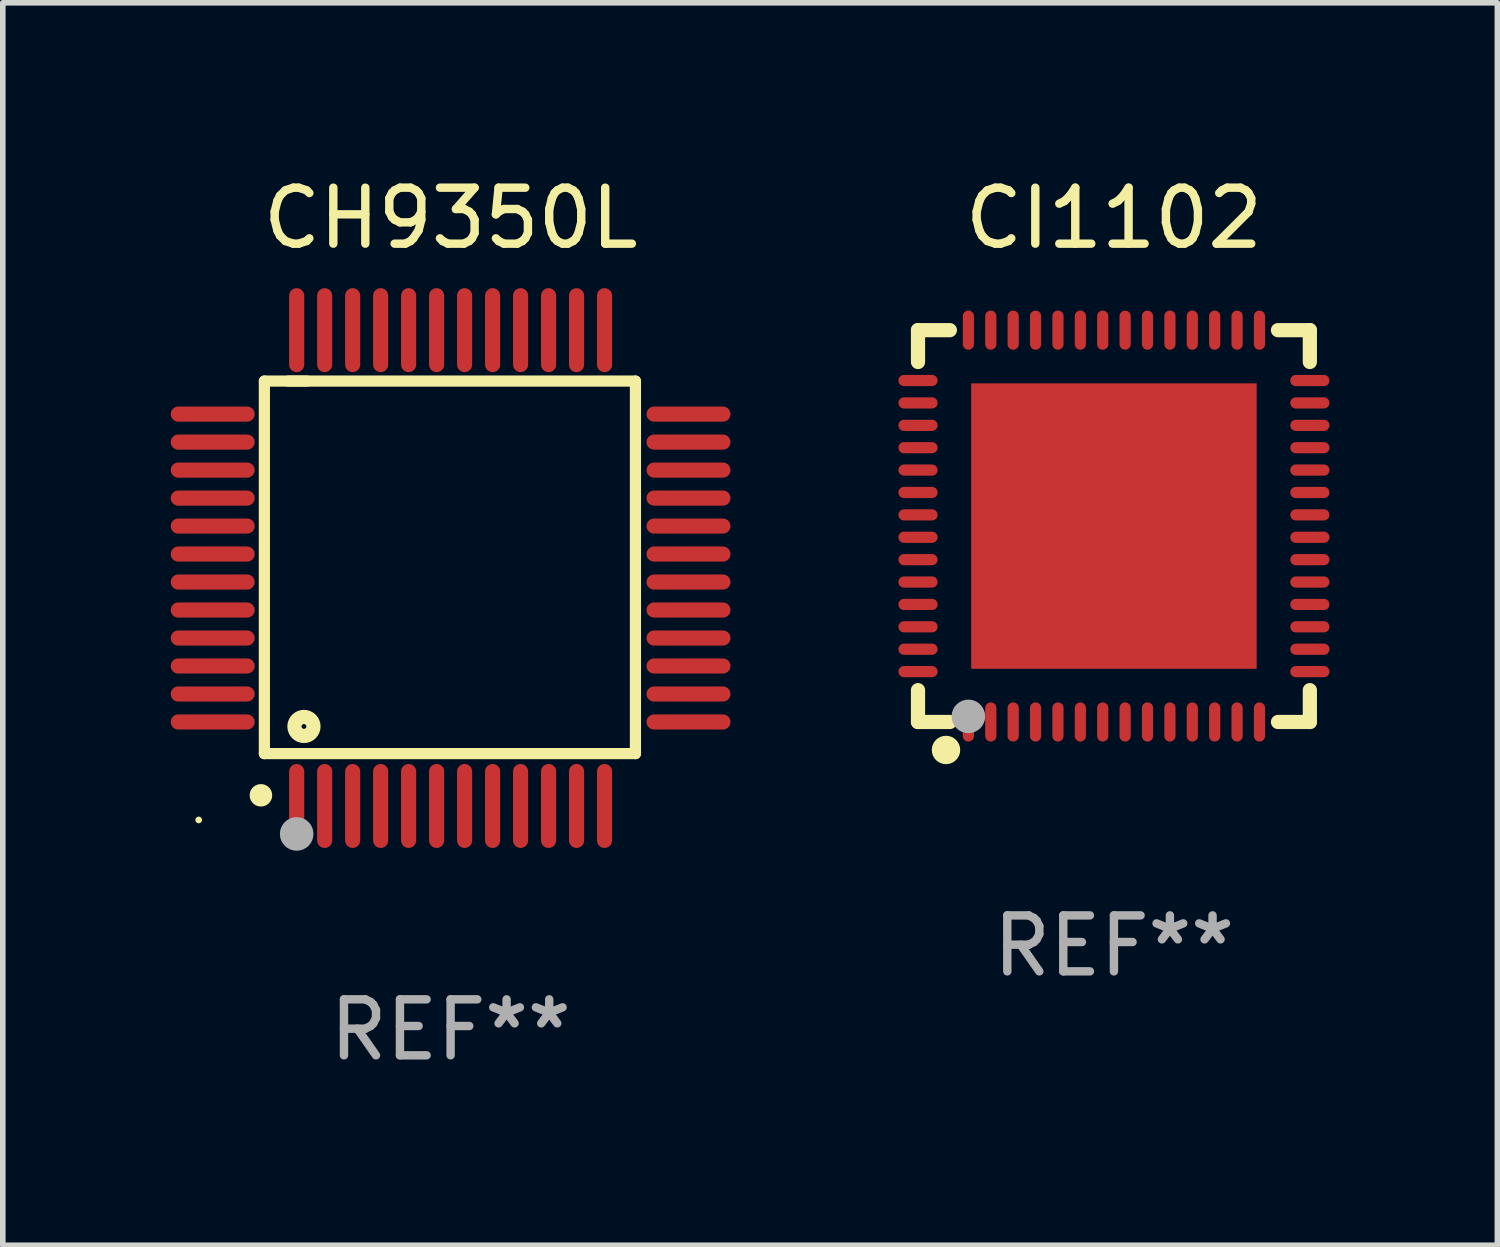
<source format=kicad_pcb>
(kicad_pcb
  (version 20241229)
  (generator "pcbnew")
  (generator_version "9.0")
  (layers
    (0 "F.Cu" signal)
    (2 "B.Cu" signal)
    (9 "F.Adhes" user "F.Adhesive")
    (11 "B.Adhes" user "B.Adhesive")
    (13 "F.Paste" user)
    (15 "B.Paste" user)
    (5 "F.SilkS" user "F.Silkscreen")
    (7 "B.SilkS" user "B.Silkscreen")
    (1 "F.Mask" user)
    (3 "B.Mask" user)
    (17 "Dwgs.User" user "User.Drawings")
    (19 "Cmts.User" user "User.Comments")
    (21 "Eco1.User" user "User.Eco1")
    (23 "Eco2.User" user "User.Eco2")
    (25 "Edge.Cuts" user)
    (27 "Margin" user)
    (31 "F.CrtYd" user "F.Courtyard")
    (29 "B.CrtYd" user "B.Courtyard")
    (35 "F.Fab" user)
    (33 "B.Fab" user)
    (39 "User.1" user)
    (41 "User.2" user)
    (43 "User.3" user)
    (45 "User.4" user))
  (footprint "CI1102"
    (layer "F.Cu")
    (at 16.85 6.348)
    (property "Reference" "CI1102" (at 0 -5.5 0) (layer "F.SilkS") (effects (font (size 1 1) (thickness 0.15))))
    (attr through_hole)
    (fp_line (start -3.5 -3.5) (end -2.931 -3.5) (stroke (width 0.254) (type solid)) (layer "F.SilkS"))
    (fp_line (start -3.5 -2.931) (end -3.5 -3.5) (stroke (width 0.254) (type solid)) (layer "F.SilkS"))
    (fp_line (start -3.5 3.5) (end -3.5 2.931) (stroke (width 0.254) (type solid)) (layer "F.SilkS"))
    (fp_line (start -2.931 3.5) (end -3.5 3.5) (stroke (width 0.254) (type solid)) (layer "F.SilkS"))
    (fp_line (start 2.931 -3.5) (end 3.5 -3.5) (stroke (width 0.254) (type solid)) (layer "F.SilkS"))
    (fp_line (start 3.5 -3.5) (end 3.5 -2.931) (stroke (width 0.254) (type solid)) (layer "F.SilkS"))
    (fp_line (start 3.5 2.931) (end 3.5 3.5) (stroke (width 0.254) (type solid)) (layer "F.SilkS"))
    (fp_line (start 3.5 3.5) (end 2.931 3.5) (stroke (width 0.254) (type solid)) (layer "F.SilkS"))
    (fp_circle (center -3.5 3.5) (end -3.47 3.5) (stroke (width 0.06) (type solid)) (fill no) (layer "F.SilkS"))
    (fp_circle (center -3 4) (end -2.873 4) (stroke (width 0.254) (type solid)) (fill no) (layer "F.SilkS"))
    (fp_circle (center -2.6 3.4) (end -2.45 3.4) (stroke (width 0.3) (type solid)) (fill no) (layer "F.Fab"))
    (fp_text user "REF**" (at 0 7.5 0) (layer "F.Fab") (effects (font (size 1 1) (thickness 0.15))))
    (pad "1" smd oval (at -2.6 3.5 180) (size 0.2 0.7) (layers "F.Cu" "F.Mask" "F.Paste"))
    (pad "2" smd oval (at -2.2 3.5 180) (size 0.2 0.7) (layers "F.Cu" "F.Mask" "F.Paste"))
    (pad "3" smd oval (at -1.8 3.5 180) (size 0.2 0.7) (layers "F.Cu" "F.Mask" "F.Paste"))
    (pad "4" smd oval (at -1.4 3.5 180) (size 0.2 0.7) (layers "F.Cu" "F.Mask" "F.Paste"))
    (pad "5" smd oval (at -1 3.5 180) (size 0.2 0.7) (layers "F.Cu" "F.Mask" "F.Paste"))
    (pad "6" smd oval (at -0.6 3.5 180) (size 0.2 0.7) (layers "F.Cu" "F.Mask" "F.Paste"))
    (pad "7" smd oval (at -0.2 3.5 180) (size 0.2 0.7) (layers "F.Cu" "F.Mask" "F.Paste"))
    (pad "8" smd oval (at 0.2 3.5 180) (size 0.2 0.7) (layers "F.Cu" "F.Mask" "F.Paste"))
    (pad "9" smd oval (at 0.6 3.5 180) (size 0.2 0.7) (layers "F.Cu" "F.Mask" "F.Paste"))
    (pad "10" smd oval (at 1 3.5 180) (size 0.2 0.7) (layers "F.Cu" "F.Mask" "F.Paste"))
    (pad "11" smd oval (at 1.4 3.5 180) (size 0.2 0.7) (layers "F.Cu" "F.Mask" "F.Paste"))
    (pad "12" smd oval (at 1.8 3.5 180) (size 0.2 0.7) (layers "F.Cu" "F.Mask" "F.Paste"))
    (pad "13" smd oval (at 2.2 3.5 180) (size 0.2 0.7) (layers "F.Cu" "F.Mask" "F.Paste"))
    (pad "14" smd oval (at 2.6 3.5 180) (size 0.2 0.7) (layers "F.Cu" "F.Mask" "F.Paste"))
    (pad "15" smd oval (at 3.5 2.6 90) (size 0.2 0.7) (layers "F.Cu" "F.Mask" "F.Paste"))
    (pad "16" smd oval (at 3.5 2.2 90) (size 0.2 0.7) (layers "F.Cu" "F.Mask" "F.Paste"))
    (pad "17" smd oval (at 3.5 1.8 90) (size 0.2 0.7) (layers "F.Cu" "F.Mask" "F.Paste"))
    (pad "18" smd oval (at 3.5 1.4 90) (size 0.2 0.7) (layers "F.Cu" "F.Mask" "F.Paste"))
    (pad "19" smd oval (at 3.5 1 90) (size 0.2 0.7) (layers "F.Cu" "F.Mask" "F.Paste"))
    (pad "20" smd oval (at 3.5 0.6 90) (size 0.2 0.7) (layers "F.Cu" "F.Mask" "F.Paste"))
    (pad "21" smd oval (at 3.5 0.2 90) (size 0.2 0.7) (layers "F.Cu" "F.Mask" "F.Paste"))
    (pad "22" smd oval (at 3.5 -0.2 90) (size 0.2 0.7) (layers "F.Cu" "F.Mask" "F.Paste"))
    (pad "23" smd oval (at 3.5 -0.6 90) (size 0.2 0.7) (layers "F.Cu" "F.Mask" "F.Paste"))
    (pad "24" smd oval (at 3.5 -1 90) (size 0.2 0.7) (layers "F.Cu" "F.Mask" "F.Paste"))
    (pad "25" smd oval (at 3.5 -1.4 90) (size 0.2 0.7) (layers "F.Cu" "F.Mask" "F.Paste"))
    (pad "26" smd oval (at 3.5 -1.8 90) (size 0.2 0.7) (layers "F.Cu" "F.Mask" "F.Paste"))
    (pad "27" smd oval (at 3.5 -2.2 90) (size 0.2 0.7) (layers "F.Cu" "F.Mask" "F.Paste"))
    (pad "28" smd oval (at 3.5 -2.6 90) (size 0.2 0.7) (layers "F.Cu" "F.Mask" "F.Paste"))
    (pad "29" smd oval (at 2.6 -3.5 180) (size 0.2 0.7) (layers "F.Cu" "F.Mask" "F.Paste"))
    (pad "30" smd oval (at 2.2 -3.5 180) (size 0.2 0.7) (layers "F.Cu" "F.Mask" "F.Paste"))
    (pad "31" smd oval (at 1.8 -3.5 180) (size 0.2 0.7) (layers "F.Cu" "F.Mask" "F.Paste"))
    (pad "32" smd oval (at 1.4 -3.5 180) (size 0.2 0.7) (layers "F.Cu" "F.Mask" "F.Paste"))
    (pad "33" smd oval (at 1 -3.5 180) (size 0.2 0.7) (layers "F.Cu" "F.Mask" "F.Paste"))
    (pad "34" smd oval (at 0.6 -3.5 180) (size 0.2 0.7) (layers "F.Cu" "F.Mask" "F.Paste"))
    (pad "35" smd oval (at 0.2 -3.5 180) (size 0.2 0.7) (layers "F.Cu" "F.Mask" "F.Paste"))
    (pad "36" smd oval (at -0.2 -3.5 180) (size 0.2 0.7) (layers "F.Cu" "F.Mask" "F.Paste"))
    (pad "37" smd oval (at -0.6 -3.5 180) (size 0.2 0.7) (layers "F.Cu" "F.Mask" "F.Paste"))
    (pad "38" smd oval (at -1 -3.5 180) (size 0.2 0.7) (layers "F.Cu" "F.Mask" "F.Paste"))
    (pad "39" smd oval (at -1.4 -3.5 180) (size 0.2 0.7) (layers "F.Cu" "F.Mask" "F.Paste"))
    (pad "40" smd oval (at -1.8 -3.5 180) (size 0.2 0.7) (layers "F.Cu" "F.Mask" "F.Paste"))
    (pad "41" smd oval (at -2.2 -3.5 180) (size 0.2 0.7) (layers "F.Cu" "F.Mask" "F.Paste"))
    (pad "42" smd oval (at -2.6 -3.5 180) (size 0.2 0.7) (layers "F.Cu" "F.Mask" "F.Paste"))
    (pad "43" smd oval (at -3.5 -2.6 90) (size 0.2 0.7) (layers "F.Cu" "F.Mask" "F.Paste"))
    (pad "44" smd oval (at -3.5 -2.2 90) (size 0.2 0.7) (layers "F.Cu" "F.Mask" "F.Paste"))
    (pad "45" smd oval (at -3.5 -1.8 90) (size 0.2 0.7) (layers "F.Cu" "F.Mask" "F.Paste"))
    (pad "46" smd oval (at -3.5 -1.4 90) (size 0.2 0.7) (layers "F.Cu" "F.Mask" "F.Paste"))
    (pad "47" smd oval (at -3.5 -1 90) (size 0.2 0.7) (layers "F.Cu" "F.Mask" "F.Paste"))
    (pad "48" smd oval (at -3.5 -0.6 90) (size 0.2 0.7) (layers "F.Cu" "F.Mask" "F.Paste"))
    (pad "49" smd oval (at -3.5 -0.2 90) (size 0.2 0.7) (layers "F.Cu" "F.Mask" "F.Paste"))
    (pad "50" smd oval (at -3.5 0.2 90) (size 0.2 0.7) (layers "F.Cu" "F.Mask" "F.Paste"))
    (pad "51" smd oval (at -3.5 0.6 90) (size 0.2 0.7) (layers "F.Cu" "F.Mask" "F.Paste"))
    (pad "52" smd oval (at -3.5 1 90) (size 0.2 0.7) (layers "F.Cu" "F.Mask" "F.Paste"))
    (pad "53" smd oval (at -3.5 1.4 90) (size 0.2 0.7) (layers "F.Cu" "F.Mask" "F.Paste"))
    (pad "54" smd oval (at -3.5 1.8 90) (size 0.2 0.7) (layers "F.Cu" "F.Mask" "F.Paste"))
    (pad "55" smd oval (at -3.5 2.2 90) (size 0.2 0.7) (layers "F.Cu" "F.Mask" "F.Paste"))
    (pad "56" smd oval (at -3.5 2.6 90) (size 0.2 0.7) (layers "F.Cu" "F.Mask" "F.Paste"))
    (pad "57" smd rect (at 0.000089 -0.000064 90) (size 5.1 5.1) (layers "F.Cu" "F.Mask" "F.Paste")))
  (footprint "CH9350L"
    (layer "F.Cu")
    (at 5 7.098)
    (property "Reference" "CH9350L" (at 0 -6.25 0) (layer "F.SilkS") (effects (font (size 1 1) (thickness 0.15))))
    (attr through_hole)
    (fp_line (start -3.327 -3.34) (end -2.565 -3.34) (stroke (width 0.2) (type solid)) (layer "F.SilkS"))
    (fp_line (start -3.327 3.315) (end -3.327 -3.34) (stroke (width 0.2) (type solid)) (layer "F.SilkS"))
    (fp_line (start -2.896 -3.34) (end 3.302 -3.34) (stroke (width 0.2) (type solid)) (layer "F.SilkS"))
    (fp_line (start 3.302 -3.34) (end 3.302 3.315) (stroke (width 0.2) (type solid)) (layer "F.SilkS"))
    (fp_line (start 3.302 3.315) (end -3.327 3.315) (stroke (width 0.2) (type solid)) (layer "F.SilkS"))
    (fp_arc (start -3.389992 4.059995) (mid -3.388722 4.059991) (end -3.387452 4.059995) (stroke (width 0.4) (type solid)) (layer "F.SilkS"))
    (fp_circle (center -4.5 4.5) (end -4.47 4.5) (stroke (width 0.06) (type solid)) (fill no) (layer "F.SilkS"))
    (fp_circle (center -2.62 2.83) (end -2.45 2.83) (stroke (width 0.254) (type solid)) (fill no) (layer "F.SilkS"))
    (fp_circle (center -2.75 4.75) (end -2.6 4.75) (stroke (width 0.3) (type solid)) (fill no) (layer "F.Fab"))
    (fp_text user "REF**" (at 0 8.25 0) (layer "F.Fab") (effects (font (size 1 1) (thickness 0.15))))
    (pad "1" smd oval (at -2.75 4.25) (size 0.27 1.5) (layers "F.Cu" "F.Mask" "F.Paste"))
    (pad "2" smd oval (at -2.25 4.25) (size 0.27 1.5) (layers "F.Cu" "F.Mask" "F.Paste"))
    (pad "3" smd oval (at -1.75 4.25) (size 0.27 1.5) (layers "F.Cu" "F.Mask" "F.Paste"))
    (pad "4" smd oval (at -1.25 4.25) (size 0.27 1.5) (layers "F.Cu" "F.Mask" "F.Paste"))
    (pad "5" smd oval (at -0.75 4.25) (size 0.27 1.5) (layers "F.Cu" "F.Mask" "F.Paste"))
    (pad "6" smd oval (at -0.25 4.25) (size 0.27 1.5) (layers "F.Cu" "F.Mask" "F.Paste"))
    (pad "7" smd oval (at 0.25 4.25) (size 0.27 1.5) (layers "F.Cu" "F.Mask" "F.Paste"))
    (pad "8" smd oval (at 0.75 4.25) (size 0.27 1.5) (layers "F.Cu" "F.Mask" "F.Paste"))
    (pad "9" smd oval (at 1.25 4.25) (size 0.27 1.5) (layers "F.Cu" "F.Mask" "F.Paste"))
    (pad "10" smd oval (at 1.75 4.25) (size 0.27 1.5) (layers "F.Cu" "F.Mask" "F.Paste"))
    (pad "11" smd oval (at 2.25 4.25) (size 0.27 1.5) (layers "F.Cu" "F.Mask" "F.Paste"))
    (pad "12" smd oval (at 2.75 4.25) (size 0.27 1.5) (layers "F.Cu" "F.Mask" "F.Paste"))
    (pad "13" smd oval (at 4.25 2.75) (size 1.5 0.27) (layers "F.Cu" "F.Mask" "F.Paste"))
    (pad "14" smd oval (at 4.25 2.25) (size 1.5 0.27) (layers "F.Cu" "F.Mask" "F.Paste"))
    (pad "15" smd oval (at 4.25 1.75) (size 1.5 0.27) (layers "F.Cu" "F.Mask" "F.Paste"))
    (pad "16" smd oval (at 4.25 1.25) (size 1.5 0.27) (layers "F.Cu" "F.Mask" "F.Paste"))
    (pad "17" smd oval (at 4.25 0.75) (size 1.5 0.27) (layers "F.Cu" "F.Mask" "F.Paste"))
    (pad "18" smd oval (at 4.25 0.25) (size 1.5 0.27) (layers "F.Cu" "F.Mask" "F.Paste"))
    (pad "19" smd oval (at 4.25 -0.25) (size 1.5 0.27) (layers "F.Cu" "F.Mask" "F.Paste"))
    (pad "20" smd oval (at 4.25 -0.75) (size 1.5 0.27) (layers "F.Cu" "F.Mask" "F.Paste"))
    (pad "21" smd oval (at 4.25 -1.25) (size 1.5 0.27) (layers "F.Cu" "F.Mask" "F.Paste"))
    (pad "22" smd oval (at 4.25 -1.75) (size 1.5 0.27) (layers "F.Cu" "F.Mask" "F.Paste"))
    (pad "23" smd oval (at 4.25 -2.25) (size 1.5 0.27) (layers "F.Cu" "F.Mask" "F.Paste"))
    (pad "24" smd oval (at 4.25 -2.75) (size 1.5 0.27) (layers "F.Cu" "F.Mask" "F.Paste"))
    (pad "25" smd oval (at 2.75 -4.25) (size 0.27 1.5) (layers "F.Cu" "F.Mask" "F.Paste"))
    (pad "26" smd oval (at 2.25 -4.25) (size 0.27 1.5) (layers "F.Cu" "F.Mask" "F.Paste"))
    (pad "27" smd oval (at 1.75 -4.25) (size 0.27 1.5) (layers "F.Cu" "F.Mask" "F.Paste"))
    (pad "28" smd oval (at 1.25 -4.25) (size 0.27 1.5) (layers "F.Cu" "F.Mask" "F.Paste"))
    (pad "29" smd oval (at 0.75 -4.25) (size 0.27 1.5) (layers "F.Cu" "F.Mask" "F.Paste"))
    (pad "30" smd oval (at 0.25 -4.25) (size 0.27 1.5) (layers "F.Cu" "F.Mask" "F.Paste"))
    (pad "31" smd oval (at -0.25 -4.25) (size 0.27 1.5) (layers "F.Cu" "F.Mask" "F.Paste"))
    (pad "32" smd oval (at -0.75 -4.25) (size 0.27 1.5) (layers "F.Cu" "F.Mask" "F.Paste"))
    (pad "33" smd oval (at -1.25 -4.25) (size 0.27 1.5) (layers "F.Cu" "F.Mask" "F.Paste"))
    (pad "34" smd oval (at -1.75 -4.25) (size 0.27 1.5) (layers "F.Cu" "F.Mask" "F.Paste"))
    (pad "35" smd oval (at -2.25 -4.25) (size 0.27 1.5) (layers "F.Cu" "F.Mask" "F.Paste"))
    (pad "36" smd oval (at -2.75 -4.25) (size 0.27 1.5) (layers "F.Cu" "F.Mask" "F.Paste"))
    (pad "37" smd oval (at -4.25 -2.75) (size 1.5 0.27) (layers "F.Cu" "F.Mask" "F.Paste"))
    (pad "38" smd oval (at -4.25 -2.25) (size 1.5 0.27) (layers "F.Cu" "F.Mask" "F.Paste"))
    (pad "39" smd oval (at -4.25 -1.75) (size 1.5 0.27) (layers "F.Cu" "F.Mask" "F.Paste"))
    (pad "40" smd oval (at -4.25 -1.25) (size 1.5 0.27) (layers "F.Cu" "F.Mask" "F.Paste"))
    (pad "41" smd oval (at -4.25 -0.75) (size 1.5 0.27) (layers "F.Cu" "F.Mask" "F.Paste"))
    (pad "42" smd oval (at -4.25 -0.25) (size 1.5 0.27) (layers "F.Cu" "F.Mask" "F.Paste"))
    (pad "43" smd oval (at -4.25 0.25) (size 1.5 0.27) (layers "F.Cu" "F.Mask" "F.Paste"))
    (pad "44" smd oval (at -4.25 0.75) (size 1.5 0.27) (layers "F.Cu" "F.Mask" "F.Paste"))
    (pad "45" smd oval (at -4.25 1.25) (size 1.5 0.27) (layers "F.Cu" "F.Mask" "F.Paste"))
    (pad "46" smd oval (at -4.25 1.75) (size 1.5 0.27) (layers "F.Cu" "F.Mask" "F.Paste"))
    (pad "47" smd oval (at -4.25 2.25) (size 1.5 0.27) (layers "F.Cu" "F.Mask" "F.Paste"))
    (pad "48" smd oval (at -4.25 2.75) (size 1.5 0.27) (layers "F.Cu" "F.Mask" "F.Paste")))
  (gr_rect
    (start -3 -3)
    (end 23.7 19.196)
    (stroke (width 0.1) (type default))
    (fill no)
    (layer "Edge.Cuts")))
</source>
